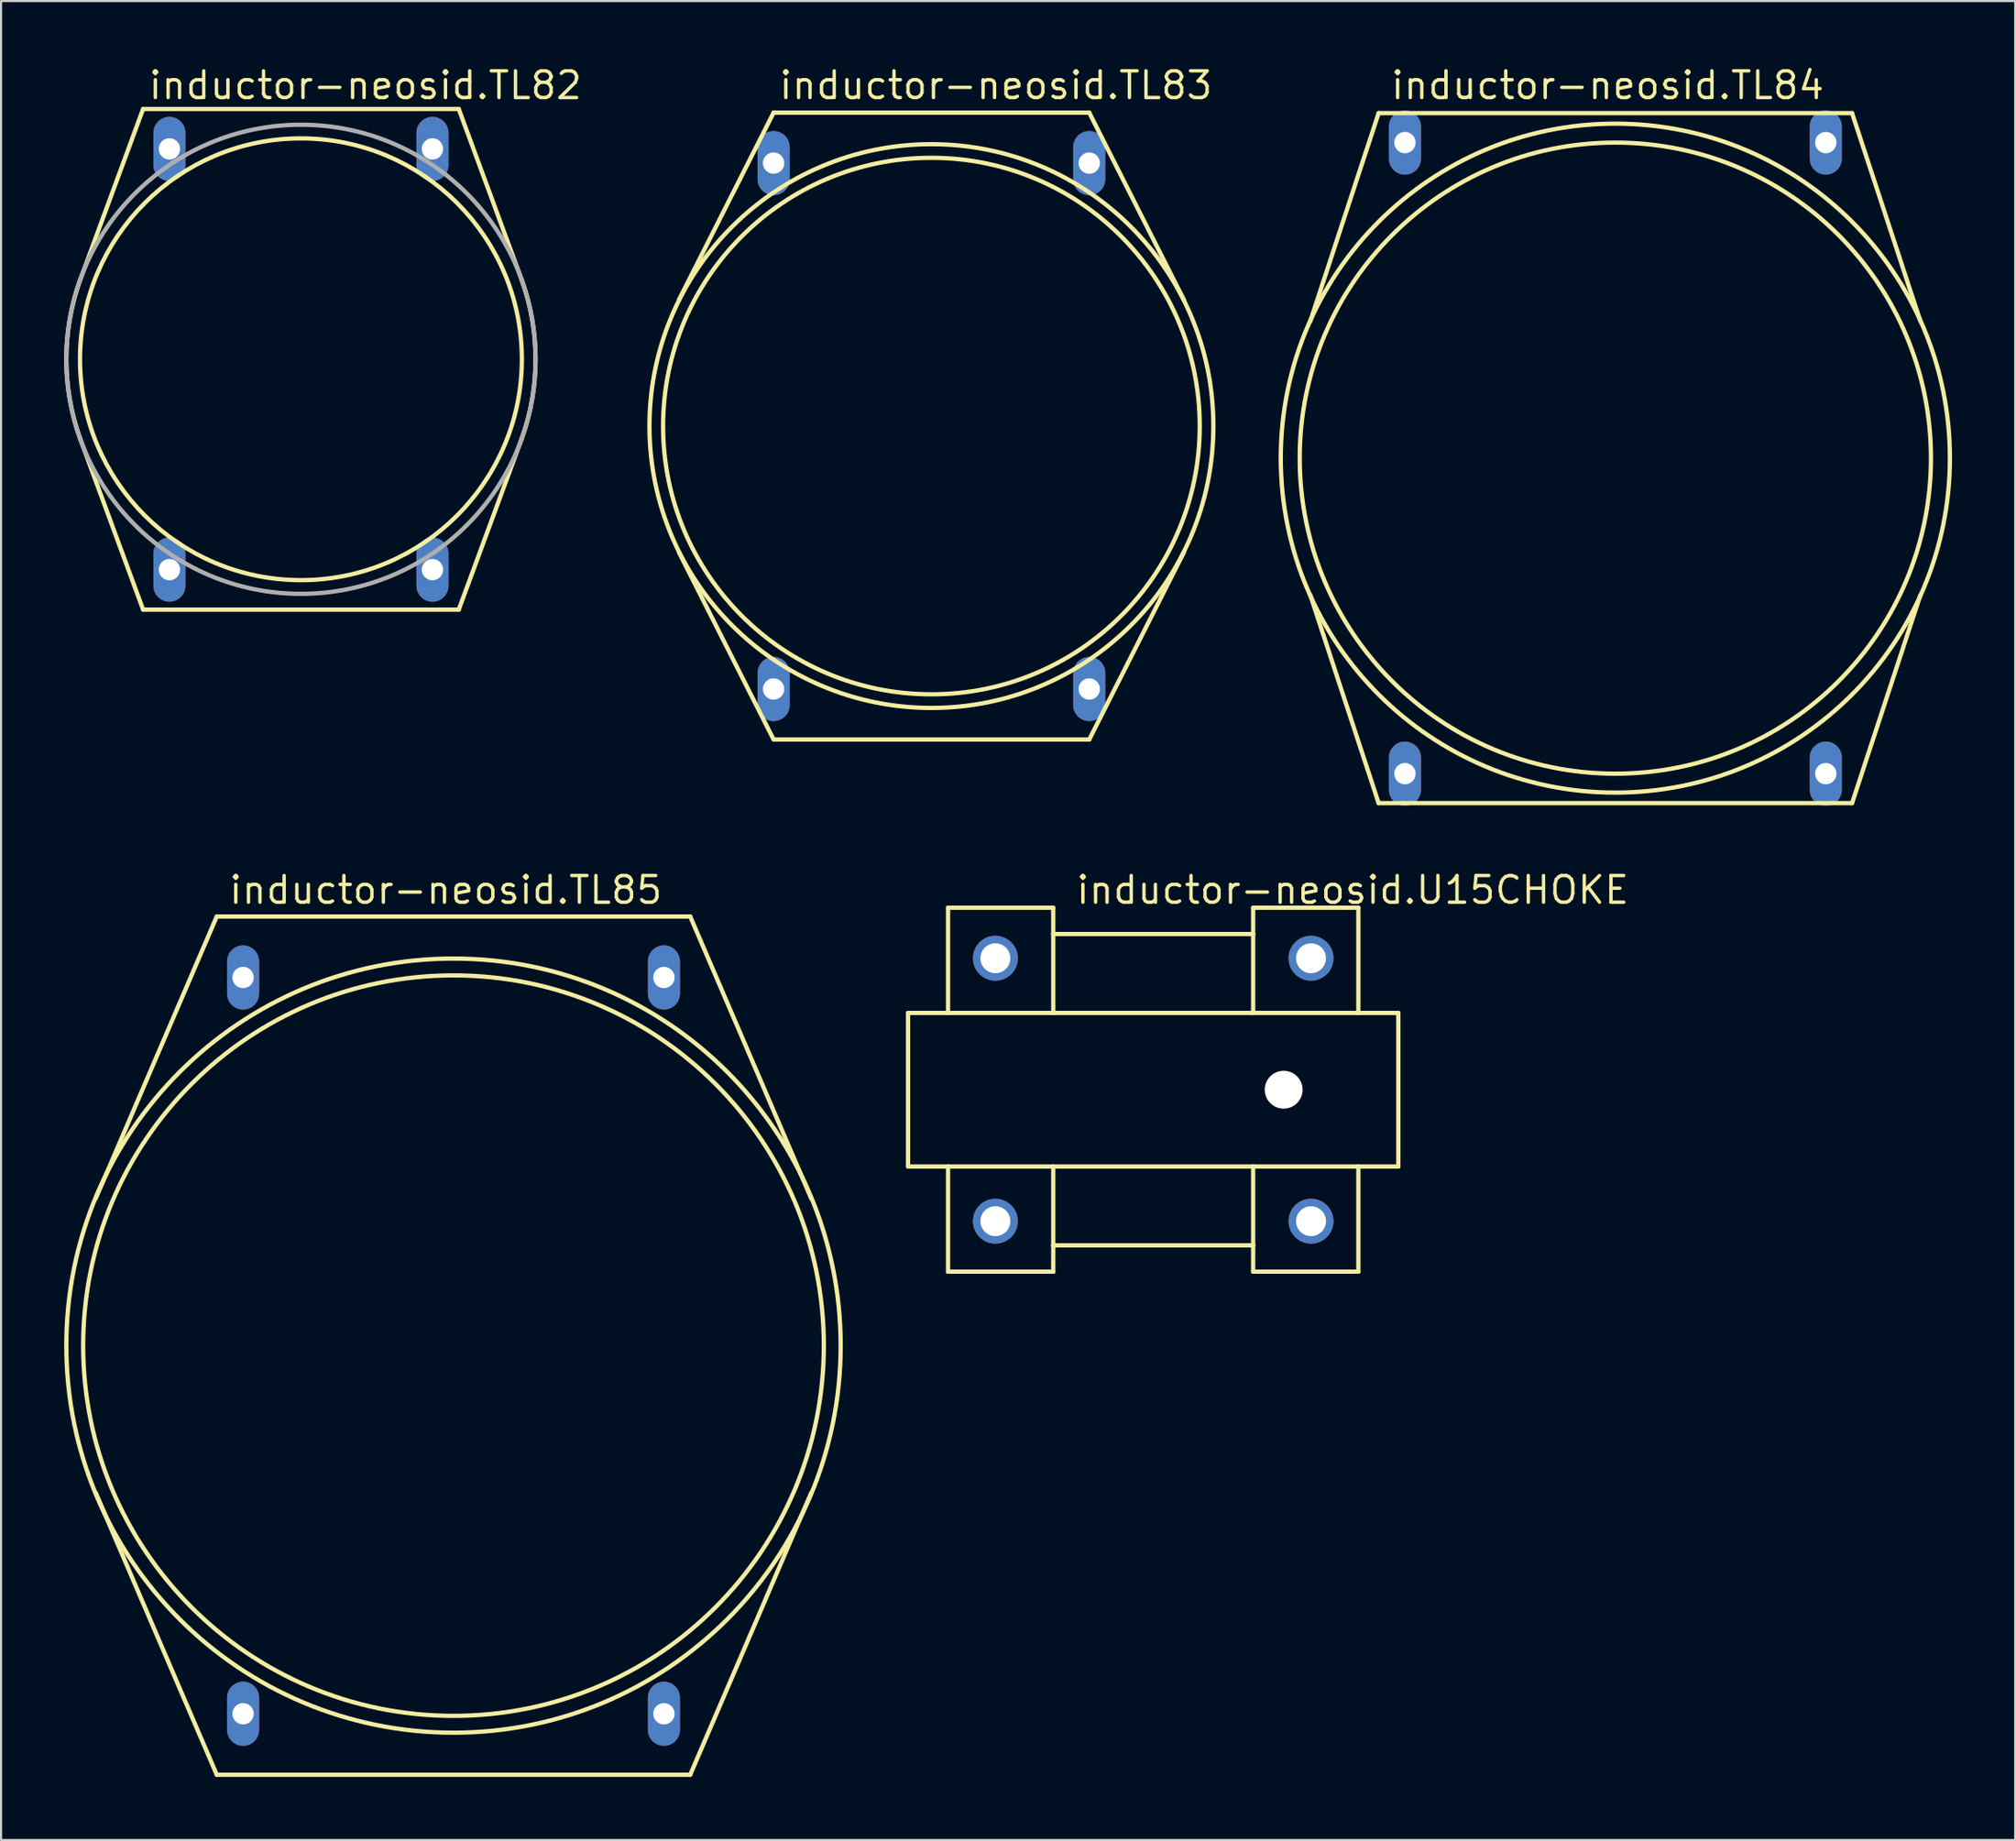
<source format=kicad_pcb>
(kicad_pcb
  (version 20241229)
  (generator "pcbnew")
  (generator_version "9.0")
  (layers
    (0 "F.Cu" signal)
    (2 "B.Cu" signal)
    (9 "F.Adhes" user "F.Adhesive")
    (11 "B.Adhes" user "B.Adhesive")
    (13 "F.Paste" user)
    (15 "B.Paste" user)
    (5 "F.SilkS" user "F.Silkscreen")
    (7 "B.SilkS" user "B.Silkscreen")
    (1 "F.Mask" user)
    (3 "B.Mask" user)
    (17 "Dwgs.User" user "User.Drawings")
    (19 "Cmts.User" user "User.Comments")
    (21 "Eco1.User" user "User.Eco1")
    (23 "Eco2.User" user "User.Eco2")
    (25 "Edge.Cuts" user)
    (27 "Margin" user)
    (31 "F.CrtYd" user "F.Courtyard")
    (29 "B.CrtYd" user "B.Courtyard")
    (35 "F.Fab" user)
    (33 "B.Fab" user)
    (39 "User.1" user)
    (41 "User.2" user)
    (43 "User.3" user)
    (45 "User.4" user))
  (footprint "inductor-neosid.TL83"
    (layer "F.Cu")
    (at 41.215 17.204)
    (property "Reference" "inductor-neosid.TL83" (at -7.326 -15.454 0) (layer "F.SilkS") (effects (font (size 1.27 1.27) (thickness 0.16)) (justify left bottom)))
    (attr through_hole)
    (fp_line (start -12 -6) (end -7.5 -14.9) (stroke (width 0.203) (type default)) (layer "F.SilkS"))
    (fp_line (start -7.5 -14.9) (end 7.5 -14.9) (stroke (width 0.203) (type default)) (layer "F.SilkS"))
    (fp_line (start -7.5 14.9) (end -12 6) (stroke (width 0.203) (type default)) (layer "F.SilkS"))
    (fp_line (start 7.5 -14.9) (end 12 -6) (stroke (width 0.203) (type default)) (layer "F.SilkS"))
    (fp_line (start 7.5 14.9) (end -7.5 14.9) (stroke (width 0.203) (type default)) (layer "F.SilkS"))
    (fp_line (start 12 6) (end 7.5 14.9) (stroke (width 0.203) (type default)) (layer "F.SilkS"))
    (fp_circle (center 0 0) (end 12.752 0) (stroke (width 0.203) (type default)) (fill no) (layer "F.SilkS"))
    (fp_circle (center 0 0) (end 13.4 0) (stroke (width 0.203) (type default)) (fill no) (layer "F.SilkS"))
    (pad "1" thru_hole oval (at -7.5 -12.5 90) (size 3.048 1.524) (drill 1.016) (layers "*.Cu" "*.Mask"))
    (pad "2" thru_hole oval (at -7.5 12.5 90) (size 3.048 1.524) (drill 1.016) (layers "*.Cu" "*.Mask"))
    (pad "3" thru_hole oval (at 7.5 12.5 90) (size 3.048 1.524) (drill 1.016) (layers "*.Cu" "*.Mask"))
    (pad "4" thru_hole oval (at 7.5 -12.5 90) (size 3.048 1.524) (drill 1.016) (layers "*.Cu" "*.Mask")))
  (footprint "inductor-neosid.TL84"
    (layer "F.Cu")
    (at 73.718 18.728)
    (property "Reference" "inductor-neosid.TL84" (at -10.755 -16.978 0) (layer "F.SilkS") (effects (font (size 1.27 1.27) (thickness 0.16)) (justify left bottom)))
    (attr through_hole)
    (fp_line (start -14.5 -6.5) (end -11.25 -16.4) (stroke (width 0.203) (type default)) (layer "F.SilkS"))
    (fp_line (start -11.25 -16.4) (end 11.25 -16.4) (stroke (width 0.203) (type default)) (layer "F.SilkS"))
    (fp_line (start -11.25 16.4) (end -14.5 6.5) (stroke (width 0.203) (type default)) (layer "F.SilkS"))
    (fp_line (start 11.25 -16.4) (end 14.5 -6.5) (stroke (width 0.203) (type default)) (layer "F.SilkS"))
    (fp_line (start 11.25 16.4) (end -11.25 16.4) (stroke (width 0.203) (type default)) (layer "F.SilkS"))
    (fp_line (start 14.5 6.5) (end 11.25 16.4) (stroke (width 0.203) (type default)) (layer "F.SilkS"))
    (fp_circle (center 0 0) (end 15 0) (stroke (width 0.203) (type default)) (fill no) (layer "F.SilkS"))
    (fp_circle (center 0 0) (end 15.9 0) (stroke (width 0.203) (type default)) (fill no) (layer "F.SilkS"))
    (pad "1" thru_hole oval (at -10 -15 90) (size 3.048 1.524) (drill 1.016) (layers "*.Cu" "*.Mask"))
    (pad "2" thru_hole oval (at -10 15 90) (size 3.048 1.524) (drill 1.016) (layers "*.Cu" "*.Mask"))
    (pad "3" thru_hole oval (at 10 15 90) (size 3.048 1.524) (drill 1.016) (layers "*.Cu" "*.Mask"))
    (pad "4" thru_hole oval (at 10 -15 90) (size 3.048 1.524) (drill 1.016) (layers "*.Cu" "*.Mask")))
  (footprint "inductor-neosid.U15CHOKE"
    (layer "F.Cu")
    (at 51.755 48.752)
    (property "Reference" "inductor-neosid.U15CHOKE" (at -3.75 -8.75 0) (layer "F.SilkS") (effects (font (size 1.27 1.27) (thickness 0.16)) (justify left bottom)))
    (attr through_hole)
    (fp_line (start -11.65 -3.65) (end -11.65 3.65) (stroke (width 0.203) (type default)) (layer "F.SilkS"))
    (fp_line (start -11.65 3.65) (end -9.75 3.65) (stroke (width 0.203) (type default)) (layer "F.SilkS"))
    (fp_line (start -9.75 -8.65) (end -9.75 -3.65) (stroke (width 0.203) (type default)) (layer "F.SilkS"))
    (fp_line (start -9.75 -3.65) (end -11.65 -3.65) (stroke (width 0.203) (type default)) (layer "F.SilkS"))
    (fp_line (start -9.75 3.65) (end -9.75 8.65) (stroke (width 0.203) (type default)) (layer "F.SilkS"))
    (fp_line (start -9.75 3.65) (end -4.75 3.65) (stroke (width 0.203) (type default)) (layer "F.SilkS"))
    (fp_line (start -9.75 8.65) (end -4.75 8.65) (stroke (width 0.203) (type default)) (layer "F.SilkS"))
    (fp_line (start -4.75 -8.65) (end -9.75 -8.65) (stroke (width 0.203) (type default)) (layer "F.SilkS"))
    (fp_line (start -4.75 -8.65) (end -4.75 -7.4) (stroke (width 0.203) (type default)) (layer "F.SilkS"))
    (fp_line (start -4.75 -7.4) (end -4.75 -3.65) (stroke (width 0.203) (type default)) (layer "F.SilkS"))
    (fp_line (start -4.75 -3.65) (end -9.75 -3.65) (stroke (width 0.203) (type default)) (layer "F.SilkS"))
    (fp_line (start -4.75 3.65) (end -4.75 7.4) (stroke (width 0.203) (type default)) (layer "F.SilkS"))
    (fp_line (start -4.75 3.65) (end 4.75 3.65) (stroke (width 0.203) (type default)) (layer "F.SilkS"))
    (fp_line (start -4.75 7.4) (end -4.75 8.65) (stroke (width 0.203) (type default)) (layer "F.SilkS"))
    (fp_line (start -4.75 7.4) (end 4.75 7.4) (stroke (width 0.203) (type default)) (layer "F.SilkS"))
    (fp_line (start 4.75 -7.4) (end -4.75 -7.4) (stroke (width 0.203) (type default)) (layer "F.SilkS"))
    (fp_line (start 4.75 -7.4) (end 4.75 -8.65) (stroke (width 0.203) (type default)) (layer "F.SilkS"))
    (fp_line (start 4.75 -3.65) (end -4.75 -3.65) (stroke (width 0.203) (type default)) (layer "F.SilkS"))
    (fp_line (start 4.75 -3.65) (end 4.75 -7.4) (stroke (width 0.203) (type default)) (layer "F.SilkS"))
    (fp_line (start 4.75 3.65) (end 9.75 3.65) (stroke (width 0.203) (type default)) (layer "F.SilkS"))
    (fp_line (start 4.75 7.4) (end 4.75 3.65) (stroke (width 0.203) (type default)) (layer "F.SilkS"))
    (fp_line (start 4.75 8.65) (end 4.75 7.4) (stroke (width 0.203) (type default)) (layer "F.SilkS"))
    (fp_line (start 4.75 8.65) (end 9.75 8.65) (stroke (width 0.203) (type default)) (layer "F.SilkS"))
    (fp_line (start 9.75 -8.65) (end 4.75 -8.65) (stroke (width 0.203) (type default)) (layer "F.SilkS"))
    (fp_line (start 9.75 -3.65) (end 4.75 -3.65) (stroke (width 0.203) (type default)) (layer "F.SilkS"))
    (fp_line (start 9.75 -3.65) (end 9.75 -8.65) (stroke (width 0.203) (type default)) (layer "F.SilkS"))
    (fp_line (start 9.75 3.65) (end 11.65 3.65) (stroke (width 0.203) (type default)) (layer "F.SilkS"))
    (fp_line (start 9.75 8.65) (end 9.75 3.65) (stroke (width 0.203) (type default)) (layer "F.SilkS"))
    (fp_line (start 11.65 -3.65) (end 9.75 -3.65) (stroke (width 0.203) (type default)) (layer "F.SilkS"))
    (fp_line (start 11.65 3.65) (end 11.65 -3.65) (stroke (width 0.203) (type default)) (layer "F.SilkS"))
    (pad "" np_thru_hole circle (at 6.2 0) (size 1.8 1.8) (drill 1.8) (layers "*.Cu" "*.Mask"))
    (pad "1" thru_hole circle (at -7.5 6.25) (size 2.134 2.134) (drill 1.422) (layers "*.Cu" "*.Mask"))
    (pad "4" thru_hole circle (at 7.5 -6.25) (size 2.134 2.134) (drill 1.422) (layers "*.Cu" "*.Mask"))
    (pad "U2" thru_hole circle (at -7.5 -6.25) (size 2.134 2.134) (drill 1.422) (layers "*.Cu" "*.Mask"))
    (pad "U3" thru_hole circle (at 7.5 6.25) (size 2.134 2.134) (drill 1.422) (layers "*.Cu" "*.Mask")))
  (footprint "inductor-neosid.TL85"
    (layer "F.Cu")
    (at 18.502 60.917)
    (property "Reference" "inductor-neosid.TL85" (at -10.755 -20.915 0) (layer "F.SilkS") (effects (font (size 1.27 1.27) (thickness 0.16)) (justify left bottom)))
    (attr through_hole)
    (fp_line (start -17 -7) (end -11.25 -20.4) (stroke (width 0.203) (type default)) (layer "F.SilkS"))
    (fp_line (start -11.25 -20.4) (end 11.25 -20.4) (stroke (width 0.203) (type default)) (layer "F.SilkS"))
    (fp_line (start -11.25 20.4) (end -17 7) (stroke (width 0.203) (type default)) (layer "F.SilkS"))
    (fp_line (start 11.25 -20.4) (end 17 -7) (stroke (width 0.203) (type default)) (layer "F.SilkS"))
    (fp_line (start 11.25 20.4) (end -11.25 20.4) (stroke (width 0.203) (type default)) (layer "F.SilkS"))
    (fp_line (start 17 7) (end 11.25 20.4) (stroke (width 0.203) (type default)) (layer "F.SilkS"))
    (fp_circle (center 0 0) (end 17.6 0) (stroke (width 0.203) (type default)) (fill no) (layer "F.SilkS"))
    (fp_circle (center 0 0) (end 18.4 0) (stroke (width 0.203) (type default)) (fill no) (layer "F.SilkS"))
    (pad "1" thru_hole oval (at -10 -17.5 90) (size 3.048 1.524) (drill 1.016) (layers "*.Cu" "*.Mask"))
    (pad "2" thru_hole oval (at -10 17.5 90) (size 3.048 1.524) (drill 1.016) (layers "*.Cu" "*.Mask"))
    (pad "3" thru_hole oval (at 10 17.5 90) (size 3.048 1.524) (drill 1.016) (layers "*.Cu" "*.Mask"))
    (pad "4" thru_hole oval (at 10 -17.5 90) (size 3.048 1.524) (drill 1.016) (layers "*.Cu" "*.Mask")))
  (footprint "inductor-neosid.TL82"
    (layer "F.Cu")
    (at 11.252 14.029)
    (property "Reference" "inductor-neosid.TL82" (at -7.326 -12.279 0) (layer "F.SilkS") (effects (font (size 1.27 1.27) (thickness 0.16)) (justify left bottom)))
    (attr through_hole)
    (fp_line (start -10.5 -3.75) (end -7.5 -11.9) (stroke (width 0.203) (type default)) (layer "F.SilkS"))
    (fp_line (start -7.5 -11.9) (end 7.5 -11.9) (stroke (width 0.203) (type default)) (layer "F.SilkS"))
    (fp_line (start -7.5 11.9) (end -10.5 3.75) (stroke (width 0.203) (type default)) (layer "F.SilkS"))
    (fp_line (start 7.5 -11.9) (end 10.5 -3.75) (stroke (width 0.203) (type default)) (layer "F.SilkS"))
    (fp_line (start 7.5 11.9) (end -7.5 11.9) (stroke (width 0.203) (type default)) (layer "F.SilkS"))
    (fp_line (start 10.5 3.75) (end 7.5 11.9) (stroke (width 0.203) (type default)) (layer "F.SilkS"))
    (fp_arc (start -10.5 3.75) (mid -11.149552 0) (end -10.5 -3.75) (stroke (width 0.2032) (type default)) (layer "F.SilkS"))
    (fp_arc (start 10.5 -3.75) (mid 11.149552 0) (end 10.5 3.75) (stroke (width 0.2032) (type default)) (layer "F.SilkS"))
    (fp_circle (center 0 0) (end 10.5 0) (stroke (width 0.203) (type default)) (fill no) (layer "F.SilkS"))
    (fp_circle (center 0 0) (end 11.15 0) (stroke (width 0.203) (type default)) (fill no) (layer "F.Fab"))
    (pad "1" thru_hole oval (at -6.25 -10 90) (size 3.048 1.524) (drill 1.016) (layers "*.Cu" "*.Mask"))
    (pad "2" thru_hole oval (at -6.25 10 90) (size 3.048 1.524) (drill 1.016) (layers "*.Cu" "*.Mask"))
    (pad "3" thru_hole oval (at 6.25 10 90) (size 3.048 1.524) (drill 1.016) (layers "*.Cu" "*.Mask"))
    (pad "4" thru_hole oval (at 6.25 -10 90) (size 3.048 1.524) (drill 1.016) (layers "*.Cu" "*.Mask")))
  (gr_rect
    (start -3 -3)
    (end 92.72 84.419)
    (stroke (width 0.1) (type default))
    (fill no)
    (layer "Edge.Cuts")))
</source>
